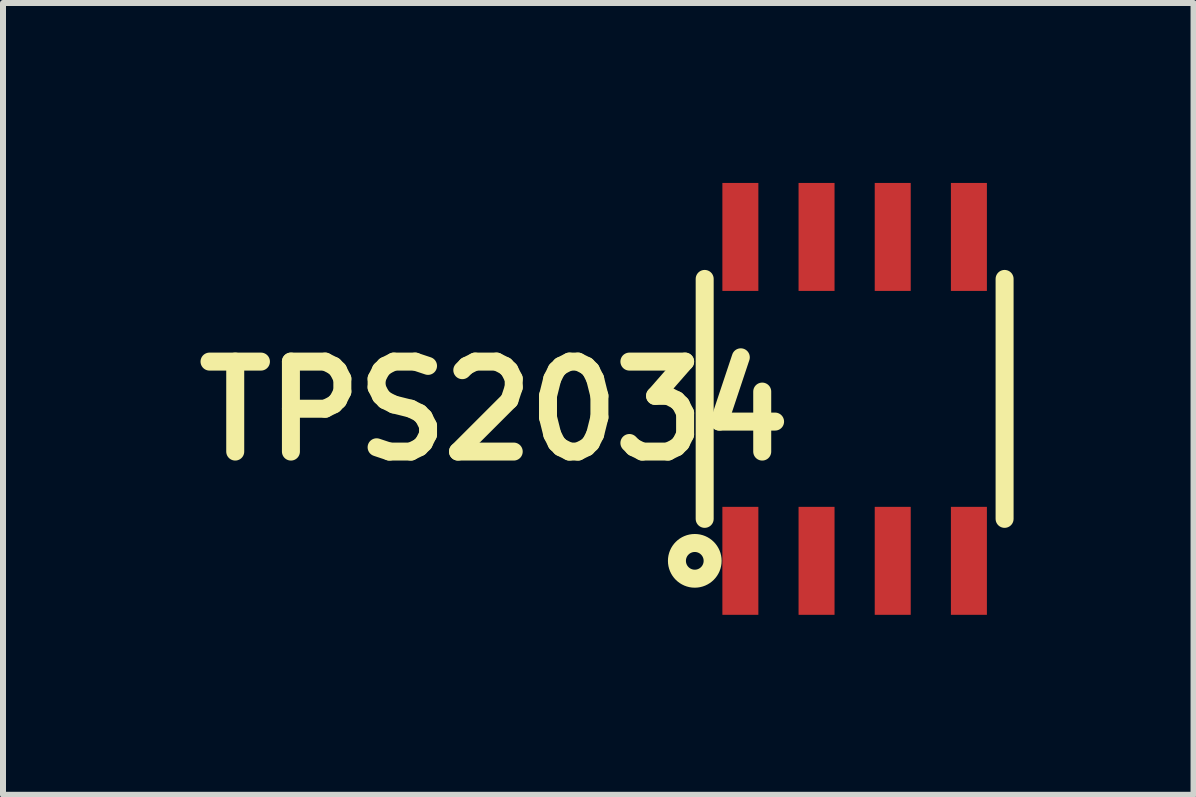
<source format=kicad_pcb>
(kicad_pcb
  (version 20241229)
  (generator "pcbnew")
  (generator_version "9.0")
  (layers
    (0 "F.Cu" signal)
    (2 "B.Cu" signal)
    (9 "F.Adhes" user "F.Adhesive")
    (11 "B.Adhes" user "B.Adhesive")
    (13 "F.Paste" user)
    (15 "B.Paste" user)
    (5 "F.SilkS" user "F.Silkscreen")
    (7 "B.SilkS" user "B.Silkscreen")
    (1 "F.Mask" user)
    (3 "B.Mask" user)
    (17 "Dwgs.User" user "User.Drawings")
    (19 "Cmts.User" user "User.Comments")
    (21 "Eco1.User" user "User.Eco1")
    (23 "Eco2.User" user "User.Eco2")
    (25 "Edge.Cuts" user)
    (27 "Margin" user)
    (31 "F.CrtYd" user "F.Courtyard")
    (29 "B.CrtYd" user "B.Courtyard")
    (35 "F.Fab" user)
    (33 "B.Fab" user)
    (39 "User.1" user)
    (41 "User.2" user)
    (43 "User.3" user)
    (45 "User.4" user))
  (footprint "TPS2034"
    (layer "F.Cu")
    (at 9.293 6.3)
    (property "Reference" "TPS2034" (at -4.1 -2.5 0) (layer "F.SilkS") (effects (font (size 1.5 1.5) (thickness 0.3))))
    (attr through_hole)
    (fp_line (start -0.595 -4.7) (end -0.595 -0.7) (stroke (width 0.3) (type solid)) (layer "F.SilkS"))
    (fp_line (start 4.405 -4.7) (end 4.405 -0.7) (stroke (width 0.3) (type solid)) (layer "F.SilkS"))
    (fp_circle (center -0.76 0) (end -0.63 0.07) (stroke (width 0.3) (type solid)) (fill no) (layer "F.SilkS"))
    (pad "1" smd rect (at 0 0) (size 0.6 1.8) (layers "F.Cu" "F.Mask" "F.Paste"))
    (pad "2" smd rect (at 1.27 0) (size 0.6 1.8) (layers "F.Cu" "F.Mask" "F.Paste"))
    (pad "3" smd rect (at 2.54 0) (size 0.6 1.8) (layers "F.Cu" "F.Mask" "F.Paste"))
    (pad "4" smd rect (at 3.81 0) (size 0.6 1.8) (layers "F.Cu" "F.Mask" "F.Paste"))
    (pad "5" smd rect (at 3.81 -5.4) (size 0.6 1.8) (layers "F.Cu" "F.Mask" "F.Paste"))
    (pad "6" smd rect (at 2.54 -5.4) (size 0.6 1.8) (layers "F.Cu" "F.Mask" "F.Paste"))
    (pad "7" smd rect (at 1.27 -5.4) (size 0.6 1.8) (layers "F.Cu" "F.Mask" "F.Paste"))
    (pad "8" smd rect (at 0 -5.4) (size 0.6 1.8) (layers "F.Cu" "F.Mask" "F.Paste")))
  (gr_rect
    (start -3 -3)
    (end 16.848 10.2)
    (stroke (width 0.1) (type default))
    (fill no)
    (layer "Edge.Cuts")))
</source>
